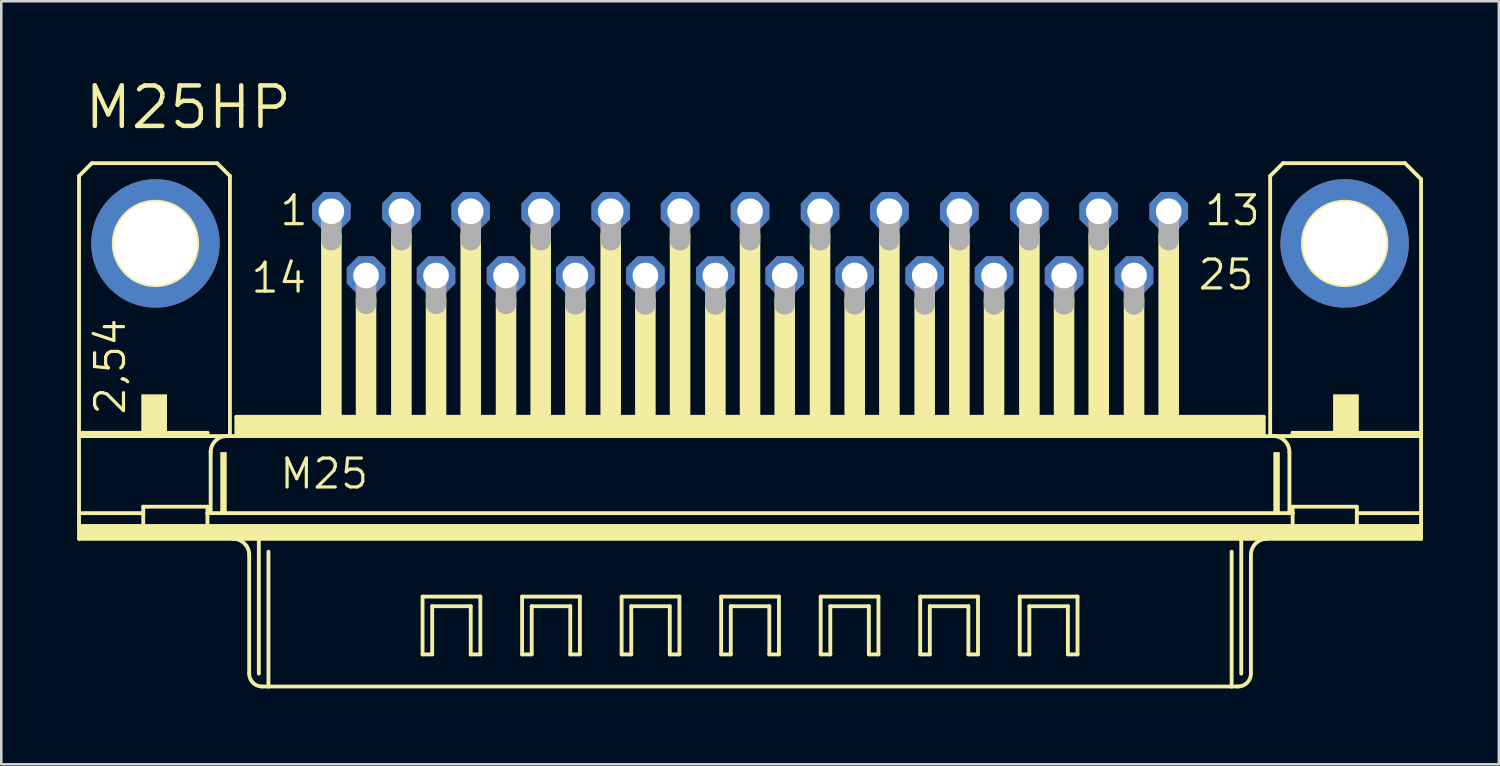
<source format=kicad_pcb>
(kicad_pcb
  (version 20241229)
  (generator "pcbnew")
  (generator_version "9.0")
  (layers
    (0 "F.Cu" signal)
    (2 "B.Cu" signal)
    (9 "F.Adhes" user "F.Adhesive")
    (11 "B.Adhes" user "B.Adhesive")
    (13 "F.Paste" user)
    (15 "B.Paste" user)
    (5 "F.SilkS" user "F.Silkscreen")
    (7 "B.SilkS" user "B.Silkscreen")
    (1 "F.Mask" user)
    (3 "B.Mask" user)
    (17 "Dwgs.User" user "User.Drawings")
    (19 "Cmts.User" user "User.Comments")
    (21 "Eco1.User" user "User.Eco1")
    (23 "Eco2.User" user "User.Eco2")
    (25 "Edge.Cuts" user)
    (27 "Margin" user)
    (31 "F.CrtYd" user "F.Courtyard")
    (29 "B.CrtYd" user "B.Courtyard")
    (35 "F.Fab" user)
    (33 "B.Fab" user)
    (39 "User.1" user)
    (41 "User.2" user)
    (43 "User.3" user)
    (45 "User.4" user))
  (footprint "M25HP"
    (layer "F.Cu")
    (at 26.619 6.579)
    (property "Reference" "M25HP" (at -26.416 -4.445 0) (layer "F.SilkS") (effects (font (size 1.6 1.6) (thickness 0.178)) (justify left bottom)))
    (fp_line (start -26.543 -2.667) (end -26.543 7.493) (stroke (width 0.152) (type solid)) (layer "F.SilkS"))
    (fp_line (start -26.543 7.62) (end -26.543 7.493) (stroke (width 0.152) (type solid)) (layer "F.SilkS"))
    (fp_line (start -26.543 10.668) (end -26.543 7.62) (stroke (width 0.152) (type solid)) (layer "F.SilkS"))
    (fp_line (start -26.543 11.176) (end -26.543 10.668) (stroke (width 0.152) (type solid)) (layer "F.SilkS"))
    (fp_line (start -26.543 11.684) (end -26.543 11.176) (stroke (width 0.152) (type solid)) (layer "F.SilkS"))
    (fp_line (start -26.035 -3.175) (end -26.543 -2.667) (stroke (width 0.152) (type solid)) (layer "F.SilkS"))
    (fp_line (start -24.003 10.668) (end -26.543 10.668) (stroke (width 0.152) (type solid)) (layer "F.SilkS"))
    (fp_line (start -24.003 10.668) (end -24.003 10.414) (stroke (width 0.152) (type solid)) (layer "F.SilkS"))
    (fp_line (start -24.003 10.668) (end -24.003 11.176) (stroke (width 0.152) (type solid)) (layer "F.SilkS"))
    (fp_line (start -24.003 11.176) (end -26.543 11.176) (stroke (width 0.152) (type solid)) (layer "F.SilkS"))
    (fp_line (start -21.463 7.493) (end -26.543 7.493) (stroke (width 0.152) (type solid)) (layer "F.SilkS"))
    (fp_line (start -21.463 7.493) (end -21.463 7.62) (stroke (width 0.152) (type solid)) (layer "F.SilkS"))
    (fp_line (start -21.463 7.62) (end -26.543 7.62) (stroke (width 0.152) (type solid)) (layer "F.SilkS"))
    (fp_line (start -21.463 10.414) (end -24.003 10.414) (stroke (width 0.152) (type solid)) (layer "F.SilkS"))
    (fp_line (start -21.463 10.414) (end -21.463 10.668) (stroke (width 0.152) (type solid)) (layer "F.SilkS"))
    (fp_line (start -21.463 10.668) (end -21.463 11.176) (stroke (width 0.152) (type solid)) (layer "F.SilkS"))
    (fp_line (start -21.463 11.176) (end -24.003 11.176) (stroke (width 0.152) (type solid)) (layer "F.SilkS"))
    (fp_line (start -21.336 8.255) (end -21.336 10.668) (stroke (width 0.152) (type solid)) (layer "F.SilkS"))
    (fp_line (start -21.336 10.668) (end -21.463 10.668) (stroke (width 0.152) (type solid)) (layer "F.SilkS"))
    (fp_line (start -21.082 -3.175) (end -26.035 -3.175) (stroke (width 0.152) (type solid)) (layer "F.SilkS"))
    (fp_line (start -20.574 -2.667) (end -21.082 -3.175) (stroke (width 0.152) (type solid)) (layer "F.SilkS"))
    (fp_line (start -20.574 -2.667) (end -20.574 7.62) (stroke (width 0.152) (type solid)) (layer "F.SilkS"))
    (fp_line (start -20.574 7.62) (end -21.463 7.62) (stroke (width 0.152) (type solid)) (layer "F.SilkS"))
    (fp_line (start -20.32 7.62) (end -20.574 7.62) (stroke (width 0.152) (type solid)) (layer "F.SilkS"))
    (fp_line (start -20.32 7.62) (end -20.32 6.858) (stroke (width 0.152) (type solid)) (layer "F.SilkS"))
    (fp_line (start -19.812 12.319) (end -19.812 17.018) (stroke (width 0.152) (type solid)) (layer "F.SilkS"))
    (fp_line (start -19.431 11.684) (end -26.543 11.684) (stroke (width 0.152) (type solid)) (layer "F.SilkS"))
    (fp_line (start -19.431 11.684) (end -19.431 17.018) (stroke (width 0.152) (type solid)) (layer "F.SilkS"))
    (fp_line (start -19.05 12.192) (end -19.05 17.526) (stroke (width 0.152) (type solid)) (layer "F.SilkS"))
    (fp_line (start -19.05 17.526) (end -19.304 17.526) (stroke (width 0.152) (type solid)) (layer "F.SilkS"))
    (fp_line (start -12.954 13.97) (end -10.668 13.97) (stroke (width 0.152) (type solid)) (layer "F.SilkS"))
    (fp_line (start -12.954 16.256) (end -12.954 13.97) (stroke (width 0.152) (type solid)) (layer "F.SilkS"))
    (fp_line (start -12.573 14.351) (end -12.573 16.256) (stroke (width 0.152) (type solid)) (layer "F.SilkS"))
    (fp_line (start -12.573 16.256) (end -12.954 16.256) (stroke (width 0.152) (type solid)) (layer "F.SilkS"))
    (fp_line (start -11.049 14.351) (end -12.573 14.351) (stroke (width 0.152) (type solid)) (layer "F.SilkS"))
    (fp_line (start -11.049 16.256) (end -11.049 14.351) (stroke (width 0.152) (type solid)) (layer "F.SilkS"))
    (fp_line (start -10.668 13.97) (end -10.668 16.256) (stroke (width 0.152) (type solid)) (layer "F.SilkS"))
    (fp_line (start -10.668 16.256) (end -11.049 16.256) (stroke (width 0.152) (type solid)) (layer "F.SilkS"))
    (fp_line (start -9.017 13.97) (end -6.731 13.97) (stroke (width 0.152) (type solid)) (layer "F.SilkS"))
    (fp_line (start -9.017 16.256) (end -9.017 13.97) (stroke (width 0.152) (type solid)) (layer "F.SilkS"))
    (fp_line (start -8.636 14.351) (end -8.636 16.256) (stroke (width 0.152) (type solid)) (layer "F.SilkS"))
    (fp_line (start -8.636 16.256) (end -9.017 16.256) (stroke (width 0.152) (type solid)) (layer "F.SilkS"))
    (fp_line (start -7.112 14.351) (end -8.636 14.351) (stroke (width 0.152) (type solid)) (layer "F.SilkS"))
    (fp_line (start -7.112 16.256) (end -7.112 14.351) (stroke (width 0.152) (type solid)) (layer "F.SilkS"))
    (fp_line (start -6.731 13.97) (end -6.731 16.256) (stroke (width 0.152) (type solid)) (layer "F.SilkS"))
    (fp_line (start -6.731 16.256) (end -7.112 16.256) (stroke (width 0.152) (type solid)) (layer "F.SilkS"))
    (fp_line (start -5.08 13.97) (end -2.794 13.97) (stroke (width 0.152) (type solid)) (layer "F.SilkS"))
    (fp_line (start -5.08 16.256) (end -5.08 13.97) (stroke (width 0.152) (type solid)) (layer "F.SilkS"))
    (fp_line (start -4.699 14.351) (end -4.699 16.256) (stroke (width 0.152) (type solid)) (layer "F.SilkS"))
    (fp_line (start -4.699 16.256) (end -5.08 16.256) (stroke (width 0.152) (type solid)) (layer "F.SilkS"))
    (fp_line (start -3.175 14.351) (end -4.699 14.351) (stroke (width 0.152) (type solid)) (layer "F.SilkS"))
    (fp_line (start -3.175 16.256) (end -3.175 14.351) (stroke (width 0.152) (type solid)) (layer "F.SilkS"))
    (fp_line (start -2.794 13.97) (end -2.794 16.256) (stroke (width 0.152) (type solid)) (layer "F.SilkS"))
    (fp_line (start -2.794 16.256) (end -3.175 16.256) (stroke (width 0.152) (type solid)) (layer "F.SilkS"))
    (fp_line (start -1.143 13.97) (end 1.143 13.97) (stroke (width 0.152) (type solid)) (layer "F.SilkS"))
    (fp_line (start -1.143 16.256) (end -1.143 13.97) (stroke (width 0.152) (type solid)) (layer "F.SilkS"))
    (fp_line (start -0.762 14.351) (end -0.762 16.256) (stroke (width 0.152) (type solid)) (layer "F.SilkS"))
    (fp_line (start -0.762 16.256) (end -1.143 16.256) (stroke (width 0.152) (type solid)) (layer "F.SilkS"))
    (fp_line (start 0.762 14.351) (end -0.762 14.351) (stroke (width 0.152) (type solid)) (layer "F.SilkS"))
    (fp_line (start 0.762 16.256) (end 0.762 14.351) (stroke (width 0.152) (type solid)) (layer "F.SilkS"))
    (fp_line (start 1.143 13.97) (end 1.143 16.256) (stroke (width 0.152) (type solid)) (layer "F.SilkS"))
    (fp_line (start 1.143 16.256) (end 0.762 16.256) (stroke (width 0.152) (type solid)) (layer "F.SilkS"))
    (fp_line (start 2.794 13.97) (end 5.08 13.97) (stroke (width 0.152) (type solid)) (layer "F.SilkS"))
    (fp_line (start 2.794 16.256) (end 2.794 13.97) (stroke (width 0.152) (type solid)) (layer "F.SilkS"))
    (fp_line (start 3.175 14.351) (end 3.175 16.256) (stroke (width 0.152) (type solid)) (layer "F.SilkS"))
    (fp_line (start 3.175 16.256) (end 2.794 16.256) (stroke (width 0.152) (type solid)) (layer "F.SilkS"))
    (fp_line (start 4.699 14.351) (end 3.175 14.351) (stroke (width 0.152) (type solid)) (layer "F.SilkS"))
    (fp_line (start 4.699 16.256) (end 4.699 14.351) (stroke (width 0.152) (type solid)) (layer "F.SilkS"))
    (fp_line (start 5.08 13.97) (end 5.08 16.256) (stroke (width 0.152) (type solid)) (layer "F.SilkS"))
    (fp_line (start 5.08 16.256) (end 4.699 16.256) (stroke (width 0.152) (type solid)) (layer "F.SilkS"))
    (fp_line (start 6.731 13.97) (end 9.017 13.97) (stroke (width 0.152) (type solid)) (layer "F.SilkS"))
    (fp_line (start 6.731 16.256) (end 6.731 13.97) (stroke (width 0.152) (type solid)) (layer "F.SilkS"))
    (fp_line (start 7.112 14.351) (end 7.112 16.256) (stroke (width 0.152) (type solid)) (layer "F.SilkS"))
    (fp_line (start 7.112 16.256) (end 6.731 16.256) (stroke (width 0.152) (type solid)) (layer "F.SilkS"))
    (fp_line (start 8.636 14.351) (end 7.112 14.351) (stroke (width 0.152) (type solid)) (layer "F.SilkS"))
    (fp_line (start 8.636 16.256) (end 8.636 14.351) (stroke (width 0.152) (type solid)) (layer "F.SilkS"))
    (fp_line (start 9.017 13.97) (end 9.017 16.256) (stroke (width 0.152) (type solid)) (layer "F.SilkS"))
    (fp_line (start 9.017 16.256) (end 8.636 16.256) (stroke (width 0.152) (type solid)) (layer "F.SilkS"))
    (fp_line (start 10.668 13.97) (end 12.954 13.97) (stroke (width 0.152) (type solid)) (layer "F.SilkS"))
    (fp_line (start 10.668 16.256) (end 10.668 13.97) (stroke (width 0.152) (type solid)) (layer "F.SilkS"))
    (fp_line (start 11.049 14.351) (end 11.049 16.256) (stroke (width 0.152) (type solid)) (layer "F.SilkS"))
    (fp_line (start 11.049 16.256) (end 10.668 16.256) (stroke (width 0.152) (type solid)) (layer "F.SilkS"))
    (fp_line (start 12.573 14.351) (end 11.049 14.351) (stroke (width 0.152) (type solid)) (layer "F.SilkS"))
    (fp_line (start 12.573 16.256) (end 12.573 14.351) (stroke (width 0.152) (type solid)) (layer "F.SilkS"))
    (fp_line (start 12.954 13.97) (end 12.954 16.256) (stroke (width 0.152) (type solid)) (layer "F.SilkS"))
    (fp_line (start 12.954 16.256) (end 12.573 16.256) (stroke (width 0.152) (type solid)) (layer "F.SilkS"))
    (fp_line (start 19.05 12.192) (end 19.05 17.526) (stroke (width 0.152) (type solid)) (layer "F.SilkS"))
    (fp_line (start 19.05 17.526) (end -19.05 17.526) (stroke (width 0.152) (type solid)) (layer "F.SilkS"))
    (fp_line (start 19.304 17.526) (end 19.05 17.526) (stroke (width 0.152) (type solid)) (layer "F.SilkS"))
    (fp_line (start 19.431 11.684) (end -19.431 11.684) (stroke (width 0.152) (type solid)) (layer "F.SilkS"))
    (fp_line (start 19.431 11.684) (end 19.431 17.018) (stroke (width 0.152) (type solid)) (layer "F.SilkS"))
    (fp_line (start 19.812 12.319) (end 19.812 17.018) (stroke (width 0.152) (type solid)) (layer "F.SilkS"))
    (fp_line (start 20.32 6.858) (end -20.32 6.858) (stroke (width 0.152) (type solid)) (layer "F.SilkS"))
    (fp_line (start 20.32 7.62) (end -20.32 7.62) (stroke (width 0.152) (type solid)) (layer "F.SilkS"))
    (fp_line (start 20.32 7.62) (end 20.32 6.858) (stroke (width 0.152) (type solid)) (layer "F.SilkS"))
    (fp_line (start 20.574 -2.667) (end 20.574 7.62) (stroke (width 0.152) (type solid)) (layer "F.SilkS"))
    (fp_line (start 20.574 7.62) (end 20.32 7.62) (stroke (width 0.152) (type solid)) (layer "F.SilkS"))
    (fp_line (start 21.082 -3.175) (end 20.574 -2.667) (stroke (width 0.152) (type solid)) (layer "F.SilkS"))
    (fp_line (start 21.082 -3.175) (end 25.908 -3.175) (stroke (width 0.152) (type solid)) (layer "F.SilkS"))
    (fp_line (start 21.336 8.255) (end 21.336 10.668) (stroke (width 0.152) (type solid)) (layer "F.SilkS"))
    (fp_line (start 21.336 10.668) (end -21.336 10.668) (stroke (width 0.152) (type solid)) (layer "F.SilkS"))
    (fp_line (start 21.463 7.493) (end 21.463 7.62) (stroke (width 0.152) (type solid)) (layer "F.SilkS"))
    (fp_line (start 21.463 7.62) (end 20.574 7.62) (stroke (width 0.152) (type solid)) (layer "F.SilkS"))
    (fp_line (start 21.463 10.414) (end 21.463 10.668) (stroke (width 0.152) (type solid)) (layer "F.SilkS"))
    (fp_line (start 21.463 10.668) (end 21.336 10.668) (stroke (width 0.152) (type solid)) (layer "F.SilkS"))
    (fp_line (start 21.463 10.668) (end 21.463 11.176) (stroke (width 0.152) (type solid)) (layer "F.SilkS"))
    (fp_line (start 21.463 11.176) (end -21.463 11.176) (stroke (width 0.152) (type solid)) (layer "F.SilkS"))
    (fp_line (start 24.003 10.414) (end 21.463 10.414) (stroke (width 0.152) (type solid)) (layer "F.SilkS"))
    (fp_line (start 24.003 10.668) (end 24.003 10.414) (stroke (width 0.152) (type solid)) (layer "F.SilkS"))
    (fp_line (start 24.003 10.668) (end 24.003 11.176) (stroke (width 0.152) (type solid)) (layer "F.SilkS"))
    (fp_line (start 24.003 11.176) (end 21.463 11.176) (stroke (width 0.152) (type solid)) (layer "F.SilkS"))
    (fp_line (start 25.908 -3.175) (end 26.543 -2.54) (stroke (width 0.152) (type solid)) (layer "F.SilkS"))
    (fp_line (start 26.543 -2.54) (end 26.543 7.493) (stroke (width 0.152) (type solid)) (layer "F.SilkS"))
    (fp_line (start 26.543 7.493) (end 21.463 7.493) (stroke (width 0.152) (type solid)) (layer "F.SilkS"))
    (fp_line (start 26.543 7.62) (end 21.463 7.62) (stroke (width 0.152) (type solid)) (layer "F.SilkS"))
    (fp_line (start 26.543 7.62) (end 26.543 7.493) (stroke (width 0.152) (type solid)) (layer "F.SilkS"))
    (fp_line (start 26.543 7.62) (end 26.543 10.668) (stroke (width 0.152) (type solid)) (layer "F.SilkS"))
    (fp_line (start 26.543 10.668) (end 24.003 10.668) (stroke (width 0.152) (type solid)) (layer "F.SilkS"))
    (fp_line (start 26.543 10.668) (end 26.543 11.176) (stroke (width 0.152) (type solid)) (layer "F.SilkS"))
    (fp_line (start 26.543 11.176) (end 24.003 11.176) (stroke (width 0.152) (type solid)) (layer "F.SilkS"))
    (fp_line (start 26.543 11.176) (end 26.543 11.684) (stroke (width 0.152) (type solid)) (layer "F.SilkS"))
    (fp_line (start 26.543 11.684) (end 19.431 11.684) (stroke (width 0.152) (type solid)) (layer "F.SilkS"))
    (fp_arc (start -21.336 8.255) (mid -21.150013 7.805987) (end -20.701 7.62) (stroke (width 0.1524) (type solid)) (layer "F.SilkS"))
    (fp_arc (start -20.447 11.684) (mid -19.997987 11.869987) (end -19.812 12.319) (stroke (width 0.1524) (type solid)) (layer "F.SilkS"))
    (fp_arc (start -19.304 17.526) (mid -19.66321 17.37721) (end -19.812 17.018) (stroke (width 0.1524) (type solid)) (layer "F.SilkS"))
    (fp_arc (start 19.812 12.319) (mid 19.997987 11.869987) (end 20.447 11.684) (stroke (width 0.1524) (type solid)) (layer "F.SilkS"))
    (fp_arc (start 19.812 17.018) (mid 19.66321 17.37721) (end 19.304 17.526) (stroke (width 0.1524) (type solid)) (layer "F.SilkS"))
    (fp_arc (start 20.701 7.62) (mid 21.150013 7.805987) (end 21.336 8.255) (stroke (width 0.1524) (type solid)) (layer "F.SilkS"))
    (fp_circle (center -23.52 0) (end -21.869 0) (stroke (width 0.152) (type solid)) (fill no) (layer "F.SilkS"))
    (fp_circle (center 23.52 0) (end 25.171 0) (stroke (width 0.152) (type solid)) (fill no) (layer "F.SilkS"))
    (fp_poly (pts (xy -26.543 11.684) (xy 26.543 11.684) (xy 26.543 11.176) (xy -26.543 11.176)) (stroke (width 0) (type default)) (fill yes) (layer "F.SilkS"))
    (fp_poly (pts (xy -24.079 7.62) (xy -23.063 7.62) (xy -23.063 5.969) (xy -24.079 5.969)) (stroke (width 0) (type default)) (fill yes) (layer "F.SilkS"))
    (fp_poly (pts (xy -20.955 10.668) (xy -20.701 10.668) (xy -20.701 8.255) (xy -20.955 8.255)) (stroke (width 0) (type default)) (fill yes) (layer "F.SilkS"))
    (fp_poly (pts (xy -20.32 7.62) (xy 20.32 7.62) (xy 20.32 6.858) (xy -20.32 6.858)) (stroke (width 0) (type default)) (fill yes) (layer "F.SilkS"))
    (fp_poly (pts (xy -16.967 6.858) (xy -16.154 6.858) (xy -16.154 -0.381) (xy -16.967 -0.381)) (stroke (width 0) (type default)) (fill yes) (layer "F.SilkS"))
    (fp_poly (pts (xy -15.596 6.858) (xy -14.783 6.858) (xy -14.783 2.159) (xy -15.596 2.159)) (stroke (width 0) (type default)) (fill yes) (layer "F.SilkS"))
    (fp_poly (pts (xy -14.199 6.858) (xy -13.386 6.858) (xy -13.386 -0.381) (xy -14.199 -0.381)) (stroke (width 0) (type default)) (fill yes) (layer "F.SilkS"))
    (fp_poly (pts (xy -12.827 6.858) (xy -12.014 6.858) (xy -12.014 2.159) (xy -12.827 2.159)) (stroke (width 0) (type default)) (fill yes) (layer "F.SilkS"))
    (fp_poly (pts (xy -11.455 6.858) (xy -10.643 6.858) (xy -10.643 -0.381) (xy -11.455 -0.381)) (stroke (width 0) (type default)) (fill yes) (layer "F.SilkS"))
    (fp_poly (pts (xy -10.058 6.858) (xy -9.246 6.858) (xy -9.246 2.159) (xy -10.058 2.159)) (stroke (width 0) (type default)) (fill yes) (layer "F.SilkS"))
    (fp_poly (pts (xy -8.687 6.858) (xy -7.874 6.858) (xy -7.874 -0.381) (xy -8.687 -0.381)) (stroke (width 0) (type default)) (fill yes) (layer "F.SilkS"))
    (fp_poly (pts (xy -7.315 6.858) (xy -6.502 6.858) (xy -6.502 2.159) (xy -7.315 2.159)) (stroke (width 0) (type default)) (fill yes) (layer "F.SilkS"))
    (fp_poly (pts (xy -5.918 6.858) (xy -5.105 6.858) (xy -5.105 -0.381) (xy -5.918 -0.381)) (stroke (width 0) (type default)) (fill yes) (layer "F.SilkS"))
    (fp_poly (pts (xy -4.547 6.858) (xy -3.734 6.858) (xy -3.734 2.159) (xy -4.547 2.159)) (stroke (width 0) (type default)) (fill yes) (layer "F.SilkS"))
    (fp_poly (pts (xy -3.175 6.858) (xy -2.362 6.858) (xy -2.362 -0.381) (xy -3.175 -0.381)) (stroke (width 0) (type default)) (fill yes) (layer "F.SilkS"))
    (fp_poly (pts (xy -1.778 6.858) (xy -0.965 6.858) (xy -0.965 2.159) (xy -1.778 2.159)) (stroke (width 0) (type default)) (fill yes) (layer "F.SilkS"))
    (fp_poly (pts (xy -0.406 6.858) (xy 0.406 6.858) (xy 0.406 -0.381) (xy -0.406 -0.381)) (stroke (width 0) (type default)) (fill yes) (layer "F.SilkS"))
    (fp_poly (pts (xy 0.965 6.858) (xy 1.778 6.858) (xy 1.778 2.159) (xy 0.965 2.159)) (stroke (width 0) (type default)) (fill yes) (layer "F.SilkS"))
    (fp_poly (pts (xy 2.362 6.858) (xy 3.175 6.858) (xy 3.175 -0.381) (xy 2.362 -0.381)) (stroke (width 0) (type default)) (fill yes) (layer "F.SilkS"))
    (fp_poly (pts (xy 3.734 6.858) (xy 4.547 6.858) (xy 4.547 2.159) (xy 3.734 2.159)) (stroke (width 0) (type default)) (fill yes) (layer "F.SilkS"))
    (fp_poly (pts (xy 5.105 6.858) (xy 5.918 6.858) (xy 5.918 -0.381) (xy 5.105 -0.381)) (stroke (width 0) (type default)) (fill yes) (layer "F.SilkS"))
    (fp_poly (pts (xy 6.502 6.858) (xy 7.315 6.858) (xy 7.315 2.159) (xy 6.502 2.159)) (stroke (width 0) (type default)) (fill yes) (layer "F.SilkS"))
    (fp_poly (pts (xy 7.874 6.858) (xy 8.687 6.858) (xy 8.687 -0.381) (xy 7.874 -0.381)) (stroke (width 0) (type default)) (fill yes) (layer "F.SilkS"))
    (fp_poly (pts (xy 9.246 6.858) (xy 10.058 6.858) (xy 10.058 2.159) (xy 9.246 2.159)) (stroke (width 0) (type default)) (fill yes) (layer "F.SilkS"))
    (fp_poly (pts (xy 10.643 6.858) (xy 11.455 6.858) (xy 11.455 -0.381) (xy 10.643 -0.381)) (stroke (width 0) (type default)) (fill yes) (layer "F.SilkS"))
    (fp_poly (pts (xy 12.014 6.858) (xy 12.827 6.858) (xy 12.827 2.159) (xy 12.014 2.159)) (stroke (width 0) (type default)) (fill yes) (layer "F.SilkS"))
    (fp_poly (pts (xy 13.386 6.858) (xy 14.199 6.858) (xy 14.199 -0.381) (xy 13.386 -0.381)) (stroke (width 0) (type default)) (fill yes) (layer "F.SilkS"))
    (fp_poly (pts (xy 14.783 6.858) (xy 15.596 6.858) (xy 15.596 2.159) (xy 14.783 2.159)) (stroke (width 0) (type default)) (fill yes) (layer "F.SilkS"))
    (fp_poly (pts (xy 16.154 6.858) (xy 16.967 6.858) (xy 16.967 -0.381) (xy 16.154 -0.381)) (stroke (width 0) (type default)) (fill yes) (layer "F.SilkS"))
    (fp_poly (pts (xy 20.701 10.668) (xy 20.955 10.668) (xy 20.955 8.255) (xy 20.701 8.255)) (stroke (width 0) (type default)) (fill yes) (layer "F.SilkS"))
    (fp_poly (pts (xy 23.063 7.62) (xy 24.079 7.62) (xy 24.079 5.969) (xy 23.063 5.969)) (stroke (width 0) (type default)) (fill yes) (layer "F.SilkS"))
    (fp_line (start -16.561 -1.143) (end -16.561 -0.127) (stroke (width 0.813) (type solid)) (layer "F.Fab"))
    (fp_line (start -15.189 1.372) (end -15.189 2.388) (stroke (width 0.813) (type solid)) (layer "F.Fab"))
    (fp_line (start -13.792 -1.143) (end -13.792 -0.127) (stroke (width 0.813) (type solid)) (layer "F.Fab"))
    (fp_line (start -12.421 1.372) (end -12.421 2.388) (stroke (width 0.813) (type solid)) (layer "F.Fab"))
    (fp_line (start -11.049 -1.143) (end -11.049 -0.127) (stroke (width 0.813) (type solid)) (layer "F.Fab"))
    (fp_line (start -9.652 1.372) (end -9.652 2.388) (stroke (width 0.813) (type solid)) (layer "F.Fab"))
    (fp_line (start -8.28 -1.143) (end -8.28 -0.127) (stroke (width 0.813) (type solid)) (layer "F.Fab"))
    (fp_line (start -6.909 1.397) (end -6.909 2.413) (stroke (width 0.813) (type solid)) (layer "F.Fab"))
    (fp_line (start -5.512 -1.143) (end -5.512 -0.127) (stroke (width 0.813) (type solid)) (layer "F.Fab"))
    (fp_line (start -4.14 1.397) (end -4.14 2.413) (stroke (width 0.813) (type solid)) (layer "F.Fab"))
    (fp_line (start -2.769 -1.143) (end -2.769 -0.127) (stroke (width 0.813) (type solid)) (layer "F.Fab"))
    (fp_line (start -1.372 1.397) (end -1.372 2.413) (stroke (width 0.813) (type solid)) (layer "F.Fab"))
    (fp_line (start 0 -1.143) (end 0 -0.127) (stroke (width 0.813) (type solid)) (layer "F.Fab"))
    (fp_line (start 1.372 1.397) (end 1.372 2.413) (stroke (width 0.813) (type solid)) (layer "F.Fab"))
    (fp_line (start 2.769 -1.143) (end 2.769 -0.127) (stroke (width 0.813) (type solid)) (layer "F.Fab"))
    (fp_line (start 4.14 1.397) (end 4.14 2.413) (stroke (width 0.813) (type solid)) (layer "F.Fab"))
    (fp_line (start 5.512 -1.143) (end 5.512 -0.127) (stroke (width 0.813) (type solid)) (layer "F.Fab"))
    (fp_line (start 6.909 1.397) (end 6.909 2.413) (stroke (width 0.813) (type solid)) (layer "F.Fab"))
    (fp_line (start 8.28 -1.143) (end 8.28 -0.127) (stroke (width 0.813) (type solid)) (layer "F.Fab"))
    (fp_line (start 9.652 1.397) (end 9.652 2.413) (stroke (width 0.813) (type solid)) (layer "F.Fab"))
    (fp_line (start 11.049 -1.143) (end 11.049 -0.127) (stroke (width 0.813) (type solid)) (layer "F.Fab"))
    (fp_line (start 12.421 1.397) (end 12.421 2.413) (stroke (width 0.813) (type solid)) (layer "F.Fab"))
    (fp_line (start 13.792 -1.143) (end 13.792 -0.127) (stroke (width 0.813) (type solid)) (layer "F.Fab"))
    (fp_line (start 15.189 1.397) (end 15.189 2.413) (stroke (width 0.813) (type solid)) (layer "F.Fab"))
    (fp_line (start 16.561 -1.143) (end 16.561 -0.127) (stroke (width 0.813) (type solid)) (layer "F.Fab"))
    (fp_text user "2,54" (at -24.638 6.858 90) (layer "F.SilkS") (effects (font (size 1.143 1.143) (thickness 0.127)) (justify left bottom)))
    (fp_text user "13" (at 17.907 -0.635 0) (layer "F.SilkS") (effects (font (size 1.143 1.143) (thickness 0.127)) (justify left bottom)))
    (fp_text user "1" (at -18.669 -0.635 0) (layer "F.SilkS") (effects (font (size 1.143 1.143) (thickness 0.127)) (justify left bottom)))
    (fp_text user "25" (at 17.653 1.905 0) (layer "F.SilkS") (effects (font (size 1.143 1.143) (thickness 0.127)) (justify left bottom)))
    (fp_text user "14" (at -19.812 2.032 0) (layer "F.SilkS") (effects (font (size 1.143 1.143) (thickness 0.127)) (justify left bottom)))
    (fp_text user "M25" (at -18.669 9.779 0) (layer "F.SilkS") (effects (font (size 1.143 1.143) (thickness 0.127)) (justify left bottom)))
    (pad "1" thru_hole roundrect (at -16.561 -1.27) (size 1.524 1.524) (drill 1.016) (layers "*.Cu" "*.Mask") (roundrect_rratio 0.25) (chamfer_ratio 0.293) (chamfer top_left top_right bottom_left bottom_right))
    (pad "2" thru_hole roundrect (at -13.792 -1.27) (size 1.524 1.524) (drill 1.016) (layers "*.Cu" "*.Mask") (roundrect_rratio 0.25) (chamfer_ratio 0.293) (chamfer top_left top_right bottom_left bottom_right))
    (pad "3" thru_hole roundrect (at -11.049 -1.27) (size 1.524 1.524) (drill 1.016) (layers "*.Cu" "*.Mask") (roundrect_rratio 0.25) (chamfer_ratio 0.293) (chamfer top_left top_right bottom_left bottom_right))
    (pad "4" thru_hole roundrect (at -8.28 -1.27) (size 1.524 1.524) (drill 1.016) (layers "*.Cu" "*.Mask") (roundrect_rratio 0.25) (chamfer_ratio 0.293) (chamfer top_left top_right bottom_left bottom_right))
    (pad "5" thru_hole roundrect (at -5.512 -1.27) (size 1.524 1.524) (drill 1.016) (layers "*.Cu" "*.Mask") (roundrect_rratio 0.25) (chamfer_ratio 0.293) (chamfer top_left top_right bottom_left bottom_right))
    (pad "6" thru_hole roundrect (at -2.769 -1.27) (size 1.524 1.524) (drill 1.016) (layers "*.Cu" "*.Mask") (roundrect_rratio 0.25) (chamfer_ratio 0.293) (chamfer top_left top_right bottom_left bottom_right))
    (pad "7" thru_hole roundrect (at 0 -1.27) (size 1.524 1.524) (drill 1.016) (layers "*.Cu" "*.Mask") (roundrect_rratio 0.25) (chamfer_ratio 0.293) (chamfer top_left top_right bottom_left bottom_right))
    (pad "8" thru_hole roundrect (at 2.769 -1.27) (size 1.524 1.524) (drill 1.016) (layers "*.Cu" "*.Mask") (roundrect_rratio 0.25) (chamfer_ratio 0.293) (chamfer top_left top_right bottom_left bottom_right))
    (pad "9" thru_hole roundrect (at 5.512 -1.27) (size 1.524 1.524) (drill 1.016) (layers "*.Cu" "*.Mask") (roundrect_rratio 0.25) (chamfer_ratio 0.293) (chamfer top_left top_right bottom_left bottom_right))
    (pad "10" thru_hole roundrect (at 8.28 -1.27) (size 1.524 1.524) (drill 1.016) (layers "*.Cu" "*.Mask") (roundrect_rratio 0.25) (chamfer_ratio 0.293) (chamfer top_left top_right bottom_left bottom_right))
    (pad "11" thru_hole roundrect (at 11.049 -1.27) (size 1.524 1.524) (drill 1.016) (layers "*.Cu" "*.Mask") (roundrect_rratio 0.25) (chamfer_ratio 0.293) (chamfer top_left top_right bottom_left bottom_right))
    (pad "12" thru_hole roundrect (at 13.792 -1.27) (size 1.524 1.524) (drill 1.016) (layers "*.Cu" "*.Mask") (roundrect_rratio 0.25) (chamfer_ratio 0.293) (chamfer top_left top_right bottom_left bottom_right))
    (pad "13" thru_hole roundrect (at 16.561 -1.27) (size 1.524 1.524) (drill 1.016) (layers "*.Cu" "*.Mask") (roundrect_rratio 0.25) (chamfer_ratio 0.293) (chamfer top_left top_right bottom_left bottom_right))
    (pad "14" thru_hole roundrect (at -15.189 1.27) (size 1.524 1.524) (drill 1.016) (layers "*.Cu" "*.Mask") (roundrect_rratio 0.25) (chamfer_ratio 0.293) (chamfer top_left top_right bottom_left bottom_right))
    (pad "15" thru_hole roundrect (at -12.421 1.27) (size 1.524 1.524) (drill 1.016) (layers "*.Cu" "*.Mask") (roundrect_rratio 0.25) (chamfer_ratio 0.293) (chamfer top_left top_right bottom_left bottom_right))
    (pad "16" thru_hole roundrect (at -9.652 1.27) (size 1.524 1.524) (drill 1.016) (layers "*.Cu" "*.Mask") (roundrect_rratio 0.25) (chamfer_ratio 0.293) (chamfer top_left top_right bottom_left bottom_right))
    (pad "17" thru_hole roundrect (at -6.909 1.27) (size 1.524 1.524) (drill 1.016) (layers "*.Cu" "*.Mask") (roundrect_rratio 0.25) (chamfer_ratio 0.293) (chamfer top_left top_right bottom_left bottom_right))
    (pad "18" thru_hole roundrect (at -4.14 1.27) (size 1.524 1.524) (drill 1.016) (layers "*.Cu" "*.Mask") (roundrect_rratio 0.25) (chamfer_ratio 0.293) (chamfer top_left top_right bottom_left bottom_right))
    (pad "19" thru_hole roundrect (at -1.372 1.27) (size 1.524 1.524) (drill 1.016) (layers "*.Cu" "*.Mask") (roundrect_rratio 0.25) (chamfer_ratio 0.293) (chamfer top_left top_right bottom_left bottom_right))
    (pad "20" thru_hole roundrect (at 1.372 1.27) (size 1.524 1.524) (drill 1.016) (layers "*.Cu" "*.Mask") (roundrect_rratio 0.25) (chamfer_ratio 0.293) (chamfer top_left top_right bottom_left bottom_right))
    (pad "21" thru_hole roundrect (at 4.14 1.27) (size 1.524 1.524) (drill 1.016) (layers "*.Cu" "*.Mask") (roundrect_rratio 0.25) (chamfer_ratio 0.293) (chamfer top_left top_right bottom_left bottom_right))
    (pad "22" thru_hole roundrect (at 6.909 1.27) (size 1.524 1.524) (drill 1.016) (layers "*.Cu" "*.Mask") (roundrect_rratio 0.25) (chamfer_ratio 0.293) (chamfer top_left top_right bottom_left bottom_right))
    (pad "23" thru_hole roundrect (at 9.652 1.27) (size 1.524 1.524) (drill 1.016) (layers "*.Cu" "*.Mask") (roundrect_rratio 0.25) (chamfer_ratio 0.293) (chamfer top_left top_right bottom_left bottom_right))
    (pad "24" thru_hole roundrect (at 12.421 1.27) (size 1.524 1.524) (drill 1.016) (layers "*.Cu" "*.Mask") (roundrect_rratio 0.25) (chamfer_ratio 0.293) (chamfer top_left top_right bottom_left bottom_right))
    (pad "25" thru_hole roundrect (at 15.189 1.27) (size 1.524 1.524) (drill 1.016) (layers "*.Cu" "*.Mask") (roundrect_rratio 0.25) (chamfer_ratio 0.293) (chamfer top_left top_right bottom_left bottom_right))
    (pad "G1" thru_hole circle (at -23.52 0) (size 5.08 5.08) (drill 3.302) (layers "*.Cu" "*.Mask"))
    (pad "G2" thru_hole circle (at 23.52 0) (size 5.08 5.08) (drill 3.302) (layers "*.Cu" "*.Mask")))
  (gr_rect
    (start -3 -3)
    (end 56.238 27.181)
    (stroke (width 0.1) (type default))
    (fill no)
    (layer "Edge.Cuts")))
</source>
